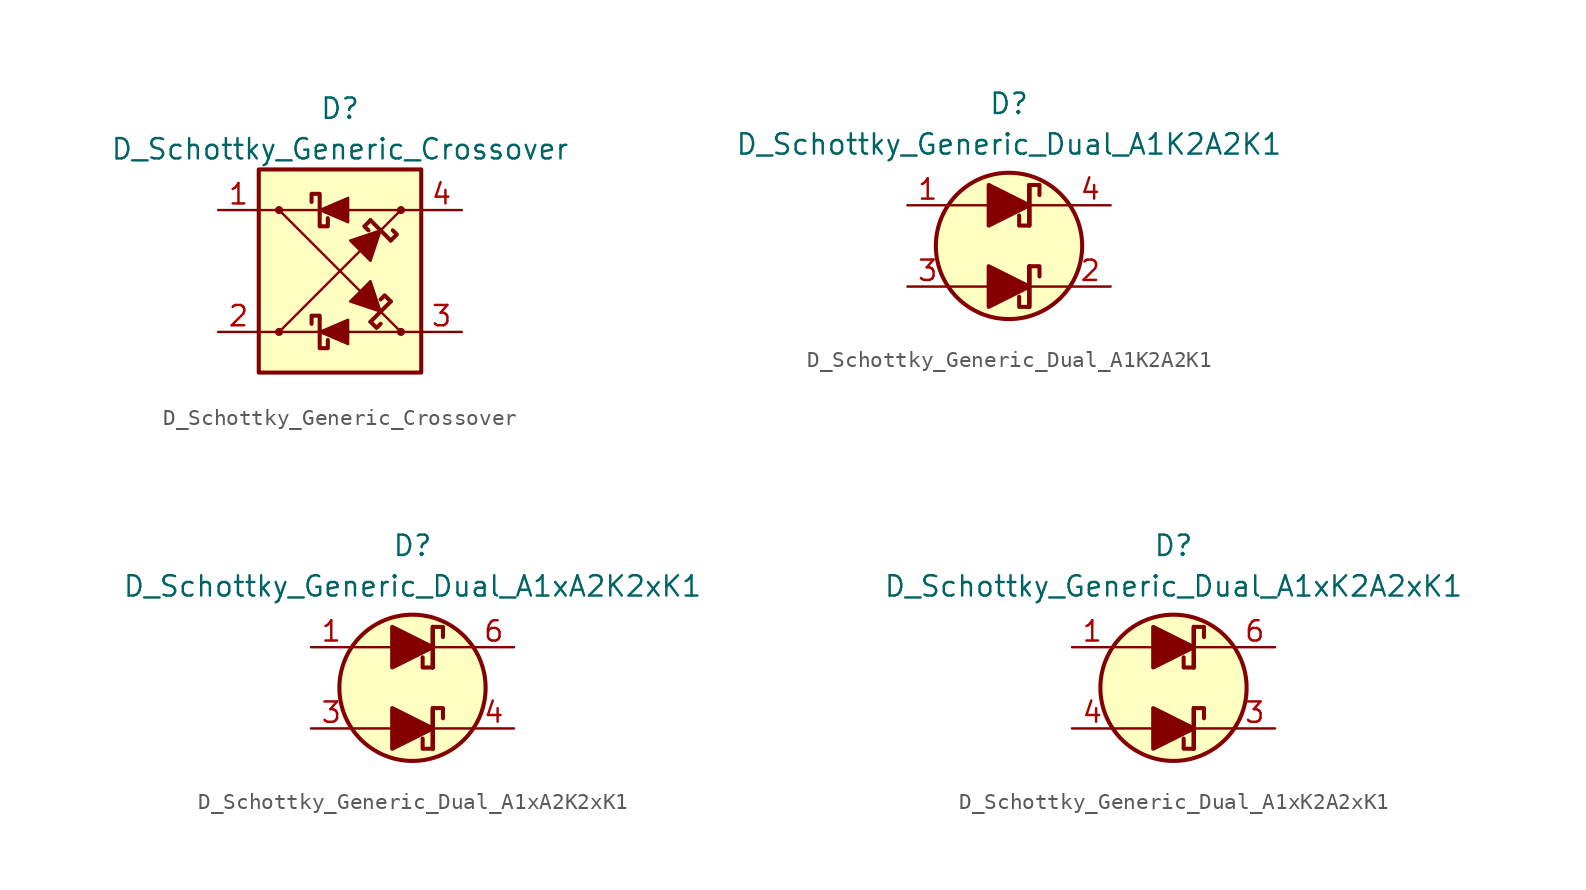
<source format=kicad_sym>
(kicad_symbol_lib
  (version 20211014)
  (generator kicad_symbol_editor)
  (symbol "D_Schottky_Generic_Crossover"
    (pin_names
      (offset 1.016) hide)
    (property "Reference" "D"
      (at 0 10.16 0)
      (effects (font (size 1.27 1.27))))
    (property "Value" "D_Schottky_Generic_Crossover"
      (at 0 7.62 0)
      (effects (font (size 1.27 1.27))))
    (symbol "D_Schottky_Generic_Crossover_0_1"
      (circle (center -3.81 3.81) (radius 0.178) (stroke (width 0) (type default) (color 0 0 0 0)) (fill (type outline)))
      (polyline (pts (xy -5.08 -3.81) (xy -1.27 -3.81)) (stroke (width 0) (type default) (color 0 0 0 0)) (fill (type none)))
      (polyline (pts (xy -3.81 -3.81) (xy 3.81 3.81)) (stroke (width 0) (type default) (color 0 0 0 0)) (fill (type none)))
      (polyline (pts (xy -1.27 3.81) (xy -5.08 3.81)) (stroke (width 0) (type default) (color 0 0 0 0)) (fill (type none)))
      (polyline (pts (xy 1.905 -3.175) (xy 3.175 -1.905)) (stroke (width 0.254) (type default) (color 0 0 0 0)) (fill (type none)))
      (polyline (pts (xy 3.175 1.905) (xy 1.905 3.175)) (stroke (width 0.254) (type default) (color 0 0 0 0)) (fill (type none)))
      (polyline (pts (xy 3.81 -3.81) (xy -3.81 3.81)) (stroke (width 0) (type default) (color 0 0 0 0)) (fill (type none)))
      (polyline (pts (xy 5.08 3.81) (xy 0.508 3.81)) (stroke (width 0) (type default) (color 0 0 0 0)) (fill (type none)))
      (polyline (pts (xy 0.508 4.572) (xy 0.508 3.048) (xy -1.27 3.81) (xy 0.508 4.572)) (stroke (width 0) (type default) (color 0 0 0 0)) (fill (type outline)))
      (polyline (pts (xy 2.54 -2.54) (xy 1.905 -0.635) (xy 0.635 -1.905) (xy 2.54 -2.54)) (stroke (width 0) (type default) (color 0 0 0 0)) (fill (type outline)))
      (polyline (pts (xy 2.54 2.54) (xy 0.635 1.905) (xy 1.905 0.635) (xy 2.54 2.54)) (stroke (width 0) (type default) (color 0 0 0 0)) (fill (type outline)))
      (polyline (pts (xy -0.762 3.302) (xy -0.762 2.794) (xy -1.27 2.794) (xy -1.27 4.826) (xy -1.778 4.826) (xy -1.778 4.318)) (stroke (width 0.254) (type default) (color 0 0 0 0)) (fill (type none))))
    (symbol "D_Schottky_Generic_Crossover_1_1"
      (rectangle (start -5.08 6.35) (end 5.08 -6.35) (stroke (width 0.254) (type default) (color 0 0 0 0)) (fill (type background)))
      (circle (center -3.81 -3.81) (radius 0.178) (stroke (width 0) (type default) (color 0 0 0 0)) (fill (type outline)))
      (polyline (pts (xy 5.08 -3.81) (xy 0.508 -3.81)) (stroke (width 0) (type default) (color 0 0 0 0)) (fill (type none)))
      (polyline (pts (xy 1.905 -3.175) (xy 2.286 -3.556) (xy 2.54 -3.302)) (stroke (width 0.254) (type default) (color 0 0 0 0)) (fill (type none)))
      (polyline (pts (xy 1.905 3.175) (xy 1.524 2.794) (xy 1.778 2.54)) (stroke (width 0.254) (type default) (color 0 0 0 0)) (fill (type none)))
      (polyline (pts (xy 3.175 -1.905) (xy 2.794 -1.524) (xy 2.54 -1.778)) (stroke (width 0.254) (type default) (color 0 0 0 0)) (fill (type none)))
      (polyline (pts (xy 3.175 1.905) (xy 3.556 2.286) (xy 3.302 2.54)) (stroke (width 0.254) (type default) (color 0 0 0 0)) (fill (type none)))
      (polyline (pts (xy 0.508 -3.048) (xy 0.508 -4.572) (xy -1.27 -3.81) (xy 0.508 -3.048)) (stroke (width 0) (type default) (color 0 0 0 0)) (fill (type outline)))
      (polyline (pts (xy -0.762 -4.318) (xy -0.762 -4.826) (xy -1.27 -4.826) (xy -1.27 -2.794) (xy -1.778 -2.794) (xy -1.778 -3.302)) (stroke (width 0.254) (type default) (color 0 0 0 0)) (fill (type none)))
      (circle (center 3.81 -3.81) (radius 0.178) (stroke (width 0) (type default) (color 0 0 0 0)) (fill (type outline)))
      (circle (center 3.81 3.81) (radius 0.178) (stroke (width 0) (type default) (color 0 0 0 0)) (fill (type outline)))
      (pin passive line (at -7.62 3.81 0) (length 2.54) (name "1" (effects (font (size 1.27 1.27)))) (number "1" (effects (font (size 1.27 1.27)))))
      (pin passive line (at -7.62 -3.81 0) (length 2.54) (name "2" (effects (font (size 1.27 1.27)))) (number "2" (effects (font (size 1.27 1.27)))))
      (pin passive line (at 7.62 -3.81 180) (length 2.54) (name "3" (effects (font (size 1.27 1.27)))) (number "3" (effects (font (size 1.27 1.27)))))
      (pin passive line (at 7.62 3.81 180) (length 2.54) (name "4" (effects (font (size 1.27 1.27)))) (number "4" (effects (font (size 1.27 1.27)))))))
  (symbol "D_Schottky_Generic_Dual_A1K2A2K1"
    (pin_names
      (offset 1.016) hide)
    (property "Reference" "D"
      (at 0 8.89 0)
      (effects (font (size 1.27 1.27))))
    (property "Value" "D_Schottky_Generic_Dual_A1K2A2K1"
      (at 0 6.35 0)
      (effects (font (size 1.27 1.27))))
    (symbol "D_Schottky_Generic_Dual_A1K2A2K1_0_1"
      (polyline (pts (xy -3.81 -2.54) (xy -1.27 -2.54)) (stroke (width 0) (type default) (color 0 0 0 0)) (fill (type none)))
      (polyline (pts (xy -3.81 2.54) (xy -1.27 2.54)) (stroke (width 0) (type default) (color 0 0 0 0)) (fill (type none)))
      (polyline (pts (xy 1.27 -3.81) (xy 1.27 -1.27)) (stroke (width 0.254) (type default) (color 0 0 0 0)) (fill (type none)))
      (polyline (pts (xy 1.27 -2.54) (xy 3.81 -2.54)) (stroke (width 0) (type default) (color 0 0 0 0)) (fill (type none)))
      (polyline (pts (xy 1.27 1.27) (xy 1.27 3.81)) (stroke (width 0.254) (type default) (color 0 0 0 0)) (fill (type none)))
      (polyline (pts (xy 1.27 2.54) (xy 3.81 2.54)) (stroke (width 0) (type default) (color 0 0 0 0)) (fill (type none)))
      (circle (center 0 0) (radius 4.572) (stroke (width 0.254) (type default) (color 0 0 0 0)) (fill (type background))))
    (symbol "D_Schottky_Generic_Dual_A1K2A2K1_1_1"
      (polyline (pts (xy -1.27 -2.54) (xy 1.27 -2.54)) (stroke (width 0) (type default) (color 0 0 0 0)) (fill (type none)))
      (polyline (pts (xy -1.27 2.54) (xy 1.27 2.54)) (stroke (width 0) (type default) (color 0 0 0 0)) (fill (type none)))
      (polyline (pts (xy 1.27 -1.27) (xy 1.27 -3.81)) (stroke (width 0.254) (type default) (color 0 0 0 0)) (fill (type none)))
      (polyline (pts (xy 1.27 3.81) (xy 1.27 1.27)) (stroke (width 0.254) (type default) (color 0 0 0 0)) (fill (type none)))
      (polyline (pts (xy -1.27 -3.81) (xy -1.27 -1.27) (xy 1.27 -2.54) (xy -1.27 -3.81)) (stroke (width 0.254) (type default) (color 0 0 0 0)) (fill (type outline)))
      (polyline (pts (xy -1.27 1.27) (xy -1.27 3.81) (xy 1.27 2.54) (xy -1.27 1.27)) (stroke (width 0.254) (type default) (color 0 0 0 0)) (fill (type outline)))
      (polyline (pts (xy 1.905 -1.905) (xy 1.905 -1.27) (xy 1.27 -1.27) (xy 1.27 -3.81) (xy 0.635 -3.81) (xy 0.635 -3.175)) (stroke (width 0.254) (type default) (color 0 0 0 0)) (fill (type none)))
      (polyline (pts (xy 1.905 3.175) (xy 1.905 3.81) (xy 1.27 3.81) (xy 1.27 1.27) (xy 0.635 1.27) (xy 0.635 1.905)) (stroke (width 0.254) (type default) (color 0 0 0 0)) (fill (type none)))
      (pin passive line (at -6.35 2.54 0) (length 2.54) (name "A1" (effects (font (size 1.27 1.27)))) (number "1" (effects (font (size 1.27 1.27)))))
      (pin passive line (at 6.35 -2.54 180) (length 2.54) (name "K2" (effects (font (size 1.27 1.27)))) (number "2" (effects (font (size 1.27 1.27)))))
      (pin passive line (at -6.35 -2.54 0) (length 2.54) (name "A2" (effects (font (size 1.27 1.27)))) (number "3" (effects (font (size 1.27 1.27)))))
      (pin passive line (at 6.35 2.54 180) (length 2.54) (name "K1" (effects (font (size 1.27 1.27)))) (number "4" (effects (font (size 1.27 1.27)))))))
  (symbol "D_Schottky_Generic_Dual_A1xA2K2xK1"
    (pin_names
      (offset 1.016) hide)
    (property "Reference" "D"
      (at 0 8.89 0)
      (effects (font (size 1.27 1.27))))
    (property "Value" "D_Schottky_Generic_Dual_A1xA2K2xK1"
      (at 0 6.35 0)
      (effects (font (size 1.27 1.27))))
    (symbol "D_Schottky_Generic_Dual_A1xA2K2xK1_0_1"
      (polyline (pts (xy -3.81 -2.54) (xy -1.27 -2.54)) (stroke (width 0) (type default) (color 0 0 0 0)) (fill (type none)))
      (polyline (pts (xy -3.81 2.54) (xy -1.27 2.54)) (stroke (width 0) (type default) (color 0 0 0 0)) (fill (type none)))
      (polyline (pts (xy 1.27 -3.81) (xy 1.27 -1.27)) (stroke (width 0.254) (type default) (color 0 0 0 0)) (fill (type none)))
      (polyline (pts (xy 1.27 -2.54) (xy 3.81 -2.54)) (stroke (width 0) (type default) (color 0 0 0 0)) (fill (type none)))
      (polyline (pts (xy 1.27 1.27) (xy 1.27 3.81)) (stroke (width 0.254) (type default) (color 0 0 0 0)) (fill (type none)))
      (polyline (pts (xy 1.27 2.54) (xy 3.81 2.54)) (stroke (width 0) (type default) (color 0 0 0 0)) (fill (type none)))
      (circle (center 0 0) (radius 4.572) (stroke (width 0.254) (type default) (color 0 0 0 0)) (fill (type background))))
    (symbol "D_Schottky_Generic_Dual_A1xA2K2xK1_1_1"
      (polyline (pts (xy -1.27 -2.54) (xy 1.27 -2.54)) (stroke (width 0) (type default) (color 0 0 0 0)) (fill (type none)))
      (polyline (pts (xy -1.27 2.54) (xy 1.27 2.54)) (stroke (width 0) (type default) (color 0 0 0 0)) (fill (type none)))
      (polyline (pts (xy 1.27 -1.27) (xy 1.27 -3.81)) (stroke (width 0.254) (type default) (color 0 0 0 0)) (fill (type none)))
      (polyline (pts (xy 1.27 3.81) (xy 1.27 1.27)) (stroke (width 0.254) (type default) (color 0 0 0 0)) (fill (type none)))
      (polyline (pts (xy -1.27 -3.81) (xy -1.27 -1.27) (xy 1.27 -2.54) (xy -1.27 -3.81)) (stroke (width 0.254) (type default) (color 0 0 0 0)) (fill (type outline)))
      (polyline (pts (xy -1.27 1.27) (xy -1.27 3.81) (xy 1.27 2.54) (xy -1.27 1.27)) (stroke (width 0.254) (type default) (color 0 0 0 0)) (fill (type outline)))
      (polyline (pts (xy 1.905 -1.905) (xy 1.905 -1.27) (xy 1.27 -1.27) (xy 1.27 -3.81) (xy 0.635 -3.81) (xy 0.635 -3.175)) (stroke (width 0.254) (type default) (color 0 0 0 0)) (fill (type none)))
      (polyline (pts (xy 1.905 3.175) (xy 1.905 3.81) (xy 1.27 3.81) (xy 1.27 1.27) (xy 0.635 1.27) (xy 0.635 1.905)) (stroke (width 0.254) (type default) (color 0 0 0 0)) (fill (type none)))
      (pin passive line (at -6.35 2.54 0) (length 2.54) (name "A1" (effects (font (size 1.27 1.27)))) (number "1" (effects (font (size 1.27 1.27)))))
      (pin no_connect line (at -2.54 0 0) (length 2.54) hide (name "NC" (effects (font (size 1.27 1.27)))) (number "2" (effects (font (size 1.27 1.27)))))
      (pin passive line (at -6.35 -2.54 0) (length 2.54) (name "A2" (effects (font (size 1.27 1.27)))) (number "3" (effects (font (size 1.27 1.27)))))
      (pin passive line (at 6.35 -2.54 180) (length 2.54) (name "K2" (effects (font (size 1.27 1.27)))) (number "4" (effects (font (size 1.27 1.27)))))
      (pin no_connect line (at 2.54 0 180) (length 2.54) hide (name "NC" (effects (font (size 1.27 1.27)))) (number "5" (effects (font (size 1.27 1.27)))))
      (pin passive line (at 6.35 2.54 180) (length 2.54) (name "K1" (effects (font (size 1.27 1.27)))) (number "6" (effects (font (size 1.27 1.27)))))))
  (symbol "D_Schottky_Generic_Dual_A1xK2A2xK1"
    (pin_names
      (offset 1.016) hide)
    (property "Reference" "D"
      (at 0 8.89 0)
      (effects (font (size 1.27 1.27))))
    (property "Value" "D_Schottky_Generic_Dual_A1xK2A2xK1"
      (at 0 6.35 0)
      (effects (font (size 1.27 1.27))))
    (symbol "D_Schottky_Generic_Dual_A1xK2A2xK1_0_1"
      (polyline (pts (xy -3.81 -2.54) (xy -1.27 -2.54)) (stroke (width 0) (type default) (color 0 0 0 0)) (fill (type none)))
      (polyline (pts (xy -3.81 2.54) (xy -1.27 2.54)) (stroke (width 0) (type default) (color 0 0 0 0)) (fill (type none)))
      (polyline (pts (xy 1.27 -3.81) (xy 1.27 -1.27)) (stroke (width 0.254) (type default) (color 0 0 0 0)) (fill (type none)))
      (polyline (pts (xy 1.27 -2.54) (xy 3.81 -2.54)) (stroke (width 0) (type default) (color 0 0 0 0)) (fill (type none)))
      (polyline (pts (xy 1.27 1.27) (xy 1.27 3.81)) (stroke (width 0.254) (type default) (color 0 0 0 0)) (fill (type none)))
      (polyline (pts (xy 1.27 2.54) (xy 3.81 2.54)) (stroke (width 0) (type default) (color 0 0 0 0)) (fill (type none)))
      (circle (center 0 0) (radius 4.572) (stroke (width 0.254) (type default) (color 0 0 0 0)) (fill (type background))))
    (symbol "D_Schottky_Generic_Dual_A1xK2A2xK1_1_1"
      (polyline (pts (xy -1.27 -2.54) (xy 1.27 -2.54)) (stroke (width 0) (type default) (color 0 0 0 0)) (fill (type none)))
      (polyline (pts (xy -1.27 2.54) (xy 1.27 2.54)) (stroke (width 0) (type default) (color 0 0 0 0)) (fill (type none)))
      (polyline (pts (xy 1.27 -1.27) (xy 1.27 -3.81)) (stroke (width 0.254) (type default) (color 0 0 0 0)) (fill (type none)))
      (polyline (pts (xy 1.27 3.81) (xy 1.27 1.27)) (stroke (width 0.254) (type default) (color 0 0 0 0)) (fill (type none)))
      (polyline (pts (xy -1.27 -3.81) (xy -1.27 -1.27) (xy 1.27 -2.54) (xy -1.27 -3.81)) (stroke (width 0.254) (type default) (color 0 0 0 0)) (fill (type outline)))
      (polyline (pts (xy -1.27 1.27) (xy -1.27 3.81) (xy 1.27 2.54) (xy -1.27 1.27)) (stroke (width 0.254) (type default) (color 0 0 0 0)) (fill (type outline)))
      (polyline (pts (xy 1.905 -1.905) (xy 1.905 -1.27) (xy 1.27 -1.27) (xy 1.27 -3.81) (xy 0.635 -3.81) (xy 0.635 -3.175)) (stroke (width 0.254) (type default) (color 0 0 0 0)) (fill (type none)))
      (polyline (pts (xy 1.905 3.175) (xy 1.905 3.81) (xy 1.27 3.81) (xy 1.27 1.27) (xy 0.635 1.27) (xy 0.635 1.905)) (stroke (width 0.254) (type default) (color 0 0 0 0)) (fill (type none)))
      (pin passive line (at -6.35 2.54 0) (length 2.54) (name "A1" (effects (font (size 1.27 1.27)))) (number "1" (effects (font (size 1.27 1.27)))))
      (pin no_connect line (at -2.54 0 0) (length 2.54) hide (name "NC" (effects (font (size 1.27 1.27)))) (number "2" (effects (font (size 1.27 1.27)))))
      (pin passive line (at 6.35 -2.54 180) (length 2.54) (name "K2" (effects (font (size 1.27 1.27)))) (number "3" (effects (font (size 1.27 1.27)))))
      (pin passive line (at -6.35 -2.54 0) (length 2.54) (name "A2" (effects (font (size 1.27 1.27)))) (number "4" (effects (font (size 1.27 1.27)))))
      (pin no_connect line (at 2.54 0 180) (length 2.54) hide (name "NC" (effects (font (size 1.27 1.27)))) (number "5" (effects (font (size 1.27 1.27)))))
      (pin passive line (at 6.35 2.54 180) (length 2.54) (name "K1" (effects (font (size 1.27 1.27)))) (number "6" (effects (font (size 1.27 1.27))))))))
</source>
